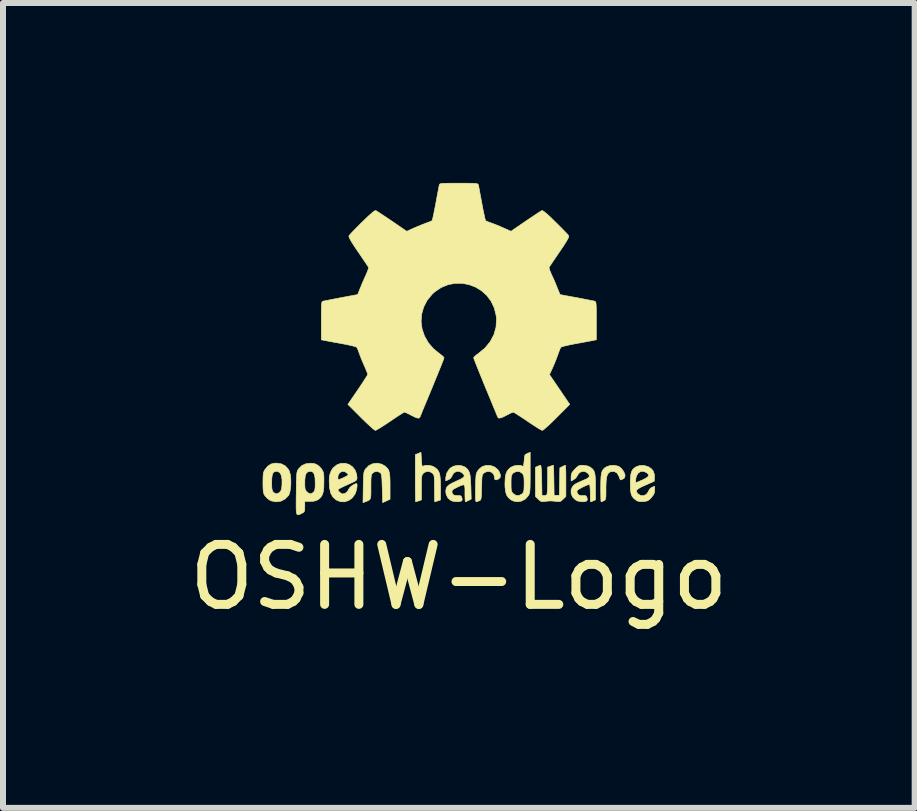
<source format=kicad_pcb>
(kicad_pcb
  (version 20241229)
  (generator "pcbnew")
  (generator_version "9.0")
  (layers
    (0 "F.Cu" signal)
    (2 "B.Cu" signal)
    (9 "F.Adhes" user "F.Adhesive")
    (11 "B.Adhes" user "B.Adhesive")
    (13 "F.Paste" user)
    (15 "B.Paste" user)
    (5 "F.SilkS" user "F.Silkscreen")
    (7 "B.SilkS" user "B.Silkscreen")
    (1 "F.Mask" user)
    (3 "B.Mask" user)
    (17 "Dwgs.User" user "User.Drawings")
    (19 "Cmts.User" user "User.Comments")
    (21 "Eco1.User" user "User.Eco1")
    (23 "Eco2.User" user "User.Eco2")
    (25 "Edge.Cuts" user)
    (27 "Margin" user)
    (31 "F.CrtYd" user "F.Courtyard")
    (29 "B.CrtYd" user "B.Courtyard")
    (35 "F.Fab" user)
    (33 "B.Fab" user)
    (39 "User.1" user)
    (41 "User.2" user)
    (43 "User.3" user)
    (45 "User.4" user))
  (footprint "OSHW-Logo"
    (layer "F.Cu")
    (at 4.601 2.763)
    (property "Reference" "OSHW-Logo" (at 0 3.81 0) (layer "F.SilkS") (effects (font (size 1 1) (thickness 0.15))))
    (attr exclude_from_pos_files exclude_from_bom)
    (fp_poly (pts (xy 2.653 1.959) (xy 2.67 1.966) (xy 2.711 1.999) (xy 2.747 2.047) (xy 2.769 2.097) (xy 2.772 2.122) (xy 2.76 2.157) (xy 2.734 2.175) (xy 2.706 2.187) (xy 2.693 2.189) (xy 2.687 2.174) (xy 2.674 2.141) (xy 2.669 2.127) (xy 2.639 2.076) (xy 2.595 2.05) (xy 2.538 2.051) (xy 2.534 2.052) (xy 2.504 2.067) (xy 2.481 2.094) (xy 2.466 2.139) (xy 2.457 2.205) (xy 2.453 2.294) (xy 2.453 2.341) (xy 2.453 2.416) (xy 2.452 2.467) (xy 2.448 2.499) (xy 2.442 2.518) (xy 2.432 2.529) (xy 2.417 2.537) (xy 2.416 2.538) (xy 2.387 2.55) (xy 2.372 2.555) (xy 2.37 2.541) (xy 2.368 2.503) (xy 2.367 2.446) (xy 2.366 2.374) (xy 2.366 2.322) (xy 2.367 2.22) (xy 2.37 2.143) (xy 2.377 2.086) (xy 2.389 2.045) (xy 2.407 2.014) (xy 2.432 1.99) (xy 2.457 1.973) (xy 2.517 1.951) (xy 2.587 1.946) (xy 2.653 1.959)) (stroke (width 0.01) (type solid)) (fill yes) (layer "F.SilkS"))
    (fp_poly (pts (xy -1.284 1.928) (xy -1.237 1.955) (xy -1.205 1.981) (xy -1.181 2.009) (xy -1.165 2.044) (xy -1.155 2.089) (xy -1.149 2.151) (xy -1.147 2.234) (xy -1.147 2.293) (xy -1.147 2.512) (xy -1.208 2.54) (xy -1.27 2.568) (xy -1.277 2.328) (xy -1.28 2.238) (xy -1.283 2.173) (xy -1.287 2.128) (xy -1.293 2.099) (xy -1.3 2.081) (xy -1.31 2.07) (xy -1.313 2.067) (xy -1.36 2.048) (xy -1.408 2.056) (xy -1.437 2.076) (xy -1.449 2.09) (xy -1.457 2.108) (xy -1.462 2.136) (xy -1.465 2.179) (xy -1.466 2.242) (xy -1.466 2.307) (xy -1.466 2.389) (xy -1.467 2.447) (xy -1.472 2.486) (xy -1.482 2.512) (xy -1.499 2.528) (xy -1.525 2.541) (xy -1.56 2.554) (xy -1.598 2.569) (xy -1.594 2.311) (xy -1.592 2.219) (xy -1.59 2.15) (xy -1.587 2.101) (xy -1.582 2.066) (xy -1.575 2.042) (xy -1.566 2.022) (xy -1.554 2.005) (xy -1.499 1.95) (xy -1.431 1.918) (xy -1.357 1.91) (xy -1.284 1.928)) (stroke (width 0.01) (type solid)) (fill yes) (layer "F.SilkS"))
    (fp_poly (pts (xy 0.53 1.95) (xy 0.596 1.974) (xy 0.649 2.017) (xy 0.67 2.047) (xy 0.693 2.103) (xy 0.692 2.143) (xy 0.669 2.17) (xy 0.66 2.175) (xy 0.622 2.189) (xy 0.602 2.185) (xy 0.595 2.161) (xy 0.595 2.148) (xy 0.583 2.099) (xy 0.551 2.065) (xy 0.508 2.048) (xy 0.459 2.053) (xy 0.419 2.074) (xy 0.405 2.087) (xy 0.396 2.101) (xy 0.389 2.124) (xy 0.385 2.159) (xy 0.383 2.212) (xy 0.381 2.288) (xy 0.38 2.312) (xy 0.378 2.394) (xy 0.376 2.451) (xy 0.372 2.49) (xy 0.367 2.513) (xy 0.359 2.526) (xy 0.347 2.535) (xy 0.339 2.538) (xy 0.307 2.55) (xy 0.288 2.555) (xy 0.282 2.541) (xy 0.278 2.5) (xy 0.277 2.431) (xy 0.278 2.334) (xy 0.278 2.319) (xy 0.28 2.23) (xy 0.283 2.165) (xy 0.286 2.119) (xy 0.292 2.087) (xy 0.3 2.064) (xy 0.311 2.044) (xy 0.317 2.035) (xy 0.35 1.998) (xy 0.388 1.969) (xy 0.392 1.966) (xy 0.459 1.946) (xy 0.53 1.95)) (stroke (width 0.01) (type solid)) (fill yes) (layer "F.SilkS"))
    (fp_poly (pts (xy -0.624 1.851) (xy -0.62 1.911) (xy -0.615 1.946) (xy -0.608 1.961) (xy -0.598 1.961) (xy -0.595 1.959) (xy -0.552 1.946) (xy -0.497 1.947) (xy -0.44 1.96) (xy -0.405 1.978) (xy -0.369 2.006) (xy -0.342 2.038) (xy -0.324 2.078) (xy -0.313 2.132) (xy -0.307 2.204) (xy -0.305 2.299) (xy -0.305 2.317) (xy -0.305 2.523) (xy -0.351 2.539) (xy -0.383 2.549) (xy -0.401 2.554) (xy -0.401 2.555) (xy -0.403 2.541) (xy -0.405 2.503) (xy -0.406 2.446) (xy -0.406 2.375) (xy -0.406 2.332) (xy -0.407 2.247) (xy -0.408 2.186) (xy -0.41 2.144) (xy -0.415 2.117) (xy -0.422 2.098) (xy -0.433 2.085) (xy -0.44 2.078) (xy -0.487 2.051) (xy -0.538 2.049) (xy -0.584 2.072) (xy -0.593 2.08) (xy -0.605 2.095) (xy -0.614 2.114) (xy -0.619 2.14) (xy -0.622 2.18) (xy -0.624 2.238) (xy -0.624 2.318) (xy -0.624 2.523) (xy -0.67 2.539) (xy -0.702 2.549) (xy -0.72 2.554) (xy -0.721 2.555) (xy -0.722 2.541) (xy -0.723 2.501) (xy -0.724 2.441) (xy -0.725 2.362) (xy -0.726 2.269) (xy -0.726 2.167) (xy -0.726 1.769) (xy -0.679 1.749) (xy -0.631 1.73) (xy -0.624 1.851)) (stroke (width 0.01) (type solid)) (fill yes) (layer "F.SilkS"))
    (fp_poly (pts (xy 1.78 1.959) (xy 1.782 1.997) (xy 1.784 2.055) (xy 1.785 2.128) (xy 1.785 2.205) (xy 1.785 2.465) (xy 1.739 2.511) (xy 1.708 2.539) (xy 1.68 2.551) (xy 1.642 2.55) (xy 1.627 2.548) (xy 1.58 2.543) (xy 1.541 2.54) (xy 1.531 2.54) (xy 1.499 2.541) (xy 1.453 2.546) (xy 1.436 2.548) (xy 1.392 2.552) (xy 1.363 2.544) (xy 1.334 2.521) (xy 1.323 2.511) (xy 1.277 2.465) (xy 1.277 1.979) (xy 1.314 1.962) (xy 1.346 1.949) (xy 1.365 1.945) (xy 1.369 1.959) (xy 1.374 1.997) (xy 1.378 2.056) (xy 1.381 2.132) (xy 1.382 2.195) (xy 1.386 2.446) (xy 1.421 2.451) (xy 1.452 2.447) (xy 1.468 2.436) (xy 1.472 2.415) (xy 1.476 2.371) (xy 1.478 2.309) (xy 1.48 2.235) (xy 1.48 2.197) (xy 1.48 1.977) (xy 1.526 1.961) (xy 1.559 1.95) (xy 1.576 1.945) (xy 1.577 1.945) (xy 1.578 1.959) (xy 1.58 1.997) (xy 1.582 2.054) (xy 1.584 2.127) (xy 1.585 2.195) (xy 1.589 2.446) (xy 1.676 2.446) (xy 1.68 2.217) (xy 1.684 1.989) (xy 1.727 1.967) (xy 1.758 1.952) (xy 1.777 1.945) (xy 1.777 1.945) (xy 1.78 1.959)) (stroke (width 0.01) (type solid)) (fill yes) (layer "F.SilkS"))
    (fp_poly (pts (xy -2.959 1.922) (xy -2.891 1.958) (xy -2.841 2.015) (xy -2.823 2.052) (xy -2.809 2.108) (xy -2.802 2.178) (xy -2.801 2.255) (xy -2.807 2.33) (xy -2.818 2.394) (xy -2.834 2.441) (xy -2.839 2.449) (xy -2.9 2.509) (xy -2.971 2.545) (xy -3.049 2.555) (xy -3.127 2.539) (xy -3.149 2.529) (xy -3.192 2.499) (xy -3.229 2.459) (xy -3.233 2.454) (xy -3.247 2.43) (xy -3.257 2.404) (xy -3.262 2.37) (xy -3.265 2.321) (xy -3.266 2.251) (xy -3.266 2.235) (xy -3.266 2.23) (xy -3.121 2.23) (xy -3.12 2.296) (xy -3.116 2.34) (xy -3.109 2.369) (xy -3.098 2.388) (xy -3.092 2.395) (xy -3.057 2.42) (xy -3.023 2.419) (xy -2.989 2.397) (xy -2.969 2.374) (xy -2.957 2.34) (xy -2.95 2.288) (xy -2.949 2.281) (xy -2.948 2.186) (xy -2.96 2.114) (xy -2.985 2.068) (xy -3.023 2.048) (xy -3.037 2.047) (xy -3.073 2.052) (xy -3.097 2.072) (xy -3.112 2.109) (xy -3.119 2.168) (xy -3.121 2.23) (xy -3.266 2.23) (xy -3.265 2.16) (xy -3.263 2.108) (xy -3.258 2.072) (xy -3.249 2.045) (xy -3.236 2.022) (xy -3.233 2.017) (xy -3.184 1.958) (xy -3.13 1.924) (xy -3.064 1.91) (xy -3.042 1.91) (xy -2.959 1.922)) (stroke (width 0.01) (type solid)) (fill yes) (layer "F.SilkS"))
    (fp_poly (pts (xy 3.154 1.967) (xy 3.211 2.004) (xy 3.239 2.038) (xy 3.261 2.099) (xy 3.262 2.147) (xy 3.258 2.212) (xy 3.11 2.277) (xy 3.037 2.31) (xy 2.99 2.337) (xy 2.966 2.36) (xy 2.961 2.383) (xy 2.975 2.407) (xy 2.99 2.424) (xy 3.034 2.45) (xy 3.081 2.452) (xy 3.125 2.432) (xy 3.157 2.391) (xy 3.163 2.376) (xy 3.191 2.331) (xy 3.222 2.312) (xy 3.266 2.296) (xy 3.266 2.358) (xy 3.262 2.4) (xy 3.247 2.436) (xy 3.215 2.477) (xy 3.211 2.482) (xy 3.176 2.519) (xy 3.145 2.538) (xy 3.108 2.547) (xy 3.076 2.55) (xy 3.02 2.551) (xy 2.981 2.542) (xy 2.956 2.528) (xy 2.917 2.497) (xy 2.89 2.465) (xy 2.873 2.423) (xy 2.863 2.368) (xy 2.86 2.291) (xy 2.859 2.253) (xy 2.86 2.206) (xy 2.948 2.206) (xy 2.949 2.231) (xy 2.952 2.235) (xy 2.968 2.23) (xy 3.004 2.215) (xy 3.052 2.194) (xy 3.062 2.19) (xy 3.123 2.159) (xy 3.157 2.132) (xy 3.164 2.106) (xy 3.146 2.08) (xy 3.132 2.069) (xy 3.079 2.046) (xy 3.03 2.05) (xy 2.989 2.078) (xy 2.961 2.127) (xy 2.952 2.166) (xy 2.948 2.206) (xy 2.86 2.206) (xy 2.861 2.162) (xy 2.868 2.095) (xy 2.882 2.047) (xy 2.904 2.011) (xy 2.937 1.983) (xy 2.951 1.973) (xy 3.015 1.95) (xy 3.085 1.948) (xy 3.154 1.967)) (stroke (width 0.01) (type solid)) (fill yes) (layer "F.SilkS"))
    (fp_poly (pts (xy 1.19 2.065) (xy 1.19 2.174) (xy 1.189 2.257) (xy 1.188 2.32) (xy 1.185 2.365) (xy 1.181 2.397) (xy 1.175 2.421) (xy 1.167 2.439) (xy 1.161 2.449) (xy 1.112 2.506) (xy 1.049 2.541) (xy 0.98 2.554) (xy 0.911 2.542) (xy 0.869 2.522) (xy 0.826 2.485) (xy 0.796 2.441) (xy 0.779 2.383) (xy 0.77 2.306) (xy 0.769 2.25) (xy 0.769 2.246) (xy 0.871 2.246) (xy 0.871 2.311) (xy 0.874 2.354) (xy 0.881 2.382) (xy 0.893 2.402) (xy 0.906 2.417) (xy 0.953 2.447) (xy 1.004 2.449) (xy 1.051 2.425) (xy 1.055 2.421) (xy 1.071 2.404) (xy 1.081 2.383) (xy 1.086 2.352) (xy 1.088 2.305) (xy 1.089 2.252) (xy 1.088 2.185) (xy 1.085 2.141) (xy 1.078 2.112) (xy 1.066 2.091) (xy 1.057 2.08) (xy 1.013 2.052) (xy 0.962 2.049) (xy 0.914 2.07) (xy 0.904 2.078) (xy 0.889 2.096) (xy 0.879 2.117) (xy 0.873 2.148) (xy 0.871 2.196) (xy 0.871 2.246) (xy 0.769 2.246) (xy 0.773 2.159) (xy 0.785 2.09) (xy 0.807 2.039) (xy 0.842 1.998) (xy 0.869 1.978) (xy 0.919 1.956) (xy 0.976 1.945) (xy 1.03 1.948) (xy 1.06 1.959) (xy 1.071 1.962) (xy 1.079 1.951) (xy 1.084 1.919) (xy 1.089 1.871) (xy 1.093 1.817) (xy 1.099 1.784) (xy 1.111 1.766) (xy 1.131 1.754) (xy 1.143 1.748) (xy 1.19 1.729) (xy 1.19 2.065)) (stroke (width 0.01) (type solid)) (fill yes) (layer "F.SilkS"))
    (fp_poly (pts (xy -1.832 1.931) (xy -1.774 1.97) (xy -1.73 2.025) (xy -1.704 2.096) (xy -1.698 2.148) (xy -1.699 2.17) (xy -1.704 2.187) (xy -1.718 2.201) (xy -1.745 2.218) (xy -1.79 2.239) (xy -1.857 2.269) (xy -1.858 2.27) (xy -1.92 2.298) (xy -1.97 2.323) (xy -2.005 2.342) (xy -2.017 2.353) (xy -2.017 2.353) (xy -2.006 2.376) (xy -1.98 2.402) (xy -1.949 2.42) (xy -1.934 2.424) (xy -1.891 2.411) (xy -1.855 2.379) (xy -1.837 2.345) (xy -1.82 2.319) (xy -1.787 2.29) (xy -1.748 2.264) (xy -1.713 2.25) (xy -1.706 2.25) (xy -1.698 2.262) (xy -1.697 2.294) (xy -1.703 2.337) (xy -1.715 2.383) (xy -1.73 2.423) (xy -1.731 2.424) (xy -1.777 2.489) (xy -1.837 2.533) (xy -1.906 2.555) (xy -1.976 2.552) (xy -2.044 2.524) (xy -2.047 2.522) (xy -2.101 2.473) (xy -2.136 2.41) (xy -2.155 2.327) (xy -2.158 2.304) (xy -2.162 2.194) (xy -2.157 2.143) (xy -2.017 2.143) (xy -2.016 2.175) (xy -2.006 2.184) (xy -1.981 2.177) (xy -1.942 2.161) (xy -1.899 2.14) (xy -1.898 2.139) (xy -1.861 2.12) (xy -1.846 2.107) (xy -1.85 2.093) (xy -1.865 2.076) (xy -1.904 2.05) (xy -1.946 2.048) (xy -1.984 2.067) (xy -2.01 2.103) (xy -2.017 2.143) (xy -2.157 2.143) (xy -2.153 2.106) (xy -2.128 2.036) (xy -2.095 1.987) (xy -2.033 1.938) (xy -1.966 1.913) (xy -1.897 1.912) (xy -1.832 1.931)) (stroke (width 0.01) (type solid)) (fill yes) (layer "F.SilkS"))
    (fp_poly (pts (xy 0.04 1.951) (xy 0.097 1.972) (xy 0.097 1.972) (xy 0.132 1.998) (xy 0.158 2.029) (xy 0.177 2.068) (xy 0.189 2.121) (xy 0.196 2.194) (xy 0.2 2.289) (xy 0.201 2.303) (xy 0.206 2.509) (xy 0.162 2.532) (xy 0.13 2.547) (xy 0.11 2.554) (xy 0.11 2.555) (xy 0.106 2.541) (xy 0.104 2.505) (xy 0.102 2.451) (xy 0.102 2.408) (xy 0.102 2.339) (xy 0.098 2.295) (xy 0.087 2.274) (xy 0.064 2.273) (xy 0.022 2.289) (xy -0.04 2.318) (xy -0.086 2.342) (xy -0.109 2.363) (xy -0.116 2.386) (xy -0.116 2.387) (xy -0.105 2.426) (xy -0.071 2.447) (xy -0.019 2.451) (xy 0.018 2.45) (xy 0.038 2.461) (xy 0.05 2.487) (xy 0.057 2.519) (xy 0.047 2.538) (xy 0.043 2.541) (xy 0.007 2.551) (xy -0.043 2.553) (xy -0.095 2.546) (xy -0.132 2.533) (xy -0.183 2.49) (xy -0.212 2.429) (xy -0.218 2.382) (xy -0.213 2.34) (xy -0.198 2.305) (xy -0.166 2.275) (xy -0.115 2.244) (xy -0.041 2.209) (xy -0.036 2.207) (xy 0.031 2.176) (xy 0.072 2.151) (xy 0.09 2.128) (xy 0.086 2.105) (xy 0.063 2.078) (xy 0.056 2.072) (xy 0.009 2.048) (xy -0.04 2.049) (xy -0.082 2.072) (xy -0.111 2.116) (xy -0.113 2.124) (xy -0.139 2.165) (xy -0.171 2.185) (xy -0.218 2.205) (xy -0.218 2.154) (xy -0.204 2.08) (xy -0.161 2.012) (xy -0.139 1.99) (xy -0.089 1.961) (xy -0.026 1.947) (xy 0.04 1.951)) (stroke (width 0.01) (type solid)) (fill yes) (layer "F.SilkS"))
    (fp_poly (pts (xy -2.4 1.92) (xy -2.345 1.948) (xy -2.296 1.998) (xy -2.282 2.017) (xy -2.268 2.042) (xy -2.258 2.069) (xy -2.253 2.105) (xy -2.25 2.156) (xy -2.25 2.224) (xy -2.252 2.318) (xy -2.261 2.388) (xy -2.277 2.44) (xy -2.303 2.48) (xy -2.34 2.513) (xy -2.342 2.515) (xy -2.379 2.535) (xy -2.422 2.545) (xy -2.478 2.547) (xy -2.569 2.547) (xy -2.569 2.635) (xy -2.57 2.684) (xy -2.575 2.713) (xy -2.588 2.73) (xy -2.614 2.745) (xy -2.62 2.748) (xy -2.649 2.762) (xy -2.672 2.77) (xy -2.688 2.771) (xy -2.7 2.761) (xy -2.707 2.737) (xy -2.712 2.696) (xy -2.713 2.636) (xy -2.713 2.553) (xy -2.712 2.445) (xy -2.711 2.413) (xy -2.71 2.302) (xy -2.709 2.229) (xy -2.569 2.229) (xy -2.568 2.29) (xy -2.565 2.331) (xy -2.557 2.358) (xy -2.543 2.378) (xy -2.533 2.388) (xy -2.495 2.418) (xy -2.46 2.42) (xy -2.425 2.396) (xy -2.424 2.395) (xy -2.409 2.376) (xy -2.401 2.351) (xy -2.396 2.312) (xy -2.395 2.252) (xy -2.395 2.238) (xy -2.398 2.156) (xy -2.409 2.099) (xy -2.429 2.064) (xy -2.458 2.048) (xy -2.476 2.047) (xy -2.516 2.054) (xy -2.544 2.078) (xy -2.561 2.123) (xy -2.568 2.191) (xy -2.569 2.229) (xy -2.709 2.229) (xy -2.708 2.215) (xy -2.706 2.15) (xy -2.704 2.103) (xy -2.7 2.069) (xy -2.694 2.045) (xy -2.687 2.028) (xy -2.677 2.012) (xy -2.673 2.006) (xy -2.619 1.951) (xy -2.55 1.92) (xy -2.47 1.911) (xy -2.4 1.92)) (stroke (width 0.01) (type solid)) (fill yes) (layer "F.SilkS"))
    (fp_poly (pts (xy 2.145 1.956) (xy 2.187 1.975) (xy 2.219 1.998) (xy 2.244 2.024) (xy 2.26 2.057) (xy 2.271 2.103) (xy 2.276 2.165) (xy 2.279 2.249) (xy 2.279 2.305) (xy 2.279 2.521) (xy 2.242 2.538) (xy 2.213 2.55) (xy 2.198 2.555) (xy 2.195 2.541) (xy 2.193 2.505) (xy 2.192 2.452) (xy 2.192 2.409) (xy 2.19 2.348) (xy 2.187 2.3) (xy 2.182 2.271) (xy 2.178 2.264) (xy 2.153 2.271) (xy 2.112 2.287) (xy 2.066 2.309) (xy 2.021 2.333) (xy 1.986 2.355) (xy 1.97 2.37) (xy 1.97 2.37) (xy 1.971 2.397) (xy 1.984 2.423) (xy 2.006 2.444) (xy 2.038 2.451) (xy 2.065 2.451) (xy 2.104 2.45) (xy 2.124 2.459) (xy 2.136 2.483) (xy 2.138 2.488) (xy 2.143 2.522) (xy 2.129 2.543) (xy 2.092 2.552) (xy 2.052 2.554) (xy 1.981 2.541) (xy 1.943 2.521) (xy 1.898 2.476) (xy 1.873 2.42) (xy 1.871 2.361) (xy 1.892 2.306) (xy 1.923 2.271) (xy 1.953 2.252) (xy 2.002 2.228) (xy 2.058 2.203) (xy 2.068 2.199) (xy 2.13 2.172) (xy 2.166 2.148) (xy 2.177 2.124) (xy 2.167 2.097) (xy 2.148 2.076) (xy 2.104 2.05) (xy 2.056 2.048) (xy 2.012 2.068) (xy 1.981 2.108) (xy 1.977 2.118) (xy 1.952 2.156) (xy 1.917 2.184) (xy 1.872 2.207) (xy 1.872 2.141) (xy 1.875 2.102) (xy 1.886 2.07) (xy 1.911 2.036) (xy 1.935 2.01) (xy 1.972 1.974) (xy 2.001 1.954) (xy 2.033 1.946) (xy 2.068 1.945) (xy 2.145 1.956)) (stroke (width 0.01) (type solid)) (fill yes) (layer "F.SilkS"))
    (fp_poly (pts (xy 0.104 -2.758) (xy 0.182 -2.757) (xy 0.239 -2.756) (xy 0.278 -2.754) (xy 0.303 -2.75) (xy 0.316 -2.744) (xy 0.323 -2.737) (xy 0.326 -2.726) (xy 0.327 -2.725) (xy 0.332 -2.701) (xy 0.341 -2.653) (xy 0.353 -2.587) (xy 0.368 -2.508) (xy 0.385 -2.42) (xy 0.385 -2.417) (xy 0.401 -2.331) (xy 0.417 -2.255) (xy 0.43 -2.194) (xy 0.44 -2.152) (xy 0.446 -2.133) (xy 0.447 -2.133) (xy 0.465 -2.124) (xy 0.502 -2.109) (xy 0.551 -2.091) (xy 0.552 -2.091) (xy 0.613 -2.068) (xy 0.686 -2.038) (xy 0.754 -2.008) (xy 0.757 -2.007) (xy 0.869 -1.956) (xy 1.115 -2.125) (xy 1.191 -2.176) (xy 1.26 -2.222) (xy 1.317 -2.26) (xy 1.359 -2.287) (xy 1.383 -2.301) (xy 1.385 -2.302) (xy 1.402 -2.298) (xy 1.434 -2.275) (xy 1.481 -2.235) (xy 1.546 -2.174) (xy 1.612 -2.11) (xy 1.676 -2.046) (xy 1.733 -1.989) (xy 1.78 -1.94) (xy 1.814 -1.904) (xy 1.83 -1.884) (xy 1.831 -1.883) (xy 1.833 -1.869) (xy 1.826 -1.847) (xy 1.809 -1.814) (xy 1.779 -1.765) (xy 1.737 -1.699) (xy 1.679 -1.614) (xy 1.629 -1.54) (xy 1.583 -1.473) (xy 1.546 -1.417) (xy 1.519 -1.378) (xy 1.506 -1.357) (xy 1.505 -1.356) (xy 1.507 -1.336) (xy 1.519 -1.298) (xy 1.54 -1.248) (xy 1.547 -1.232) (xy 1.58 -1.162) (xy 1.614 -1.082) (xy 1.642 -1.012) (xy 1.663 -0.961) (xy 1.679 -0.922) (xy 1.688 -0.901) (xy 1.689 -0.9) (xy 1.706 -0.897) (xy 1.746 -0.89) (xy 1.804 -0.879) (xy 1.875 -0.866) (xy 1.952 -0.852) (xy 2.032 -0.837) (xy 2.107 -0.822) (xy 2.174 -0.809) (xy 2.227 -0.799) (xy 2.26 -0.792) (xy 2.268 -0.79) (xy 2.276 -0.785) (xy 2.283 -0.774) (xy 2.287 -0.754) (xy 2.29 -0.72) (xy 2.292 -0.67) (xy 2.293 -0.599) (xy 2.293 -0.504) (xy 2.293 -0.465) (xy 2.293 -0.147) (xy 2.217 -0.132) (xy 2.175 -0.124) (xy 2.111 -0.112) (xy 2.035 -0.098) (xy 1.953 -0.083) (xy 1.93 -0.079) (xy 1.855 -0.064) (xy 1.789 -0.049) (xy 1.738 -0.037) (xy 1.709 -0.027) (xy 1.704 -0.024) (xy 1.691 -0.003) (xy 1.674 0.038) (xy 1.655 0.09) (xy 1.651 0.102) (xy 1.625 0.172) (xy 1.594 0.25) (xy 1.563 0.321) (xy 1.563 0.322) (xy 1.511 0.433) (xy 1.68 0.681) (xy 1.849 0.93) (xy 1.632 1.147) (xy 1.567 1.212) (xy 1.507 1.269) (xy 1.456 1.315) (xy 1.418 1.348) (xy 1.396 1.363) (xy 1.392 1.364) (xy 1.374 1.356) (xy 1.335 1.335) (xy 1.281 1.301) (xy 1.216 1.259) (xy 1.146 1.212) (xy 1.075 1.164) (xy 1.011 1.122) (xy 0.959 1.089) (xy 0.923 1.067) (xy 0.907 1.06) (xy 0.887 1.066) (xy 0.85 1.083) (xy 0.803 1.107) (xy 0.798 1.11) (xy 0.734 1.142) (xy 0.69 1.158) (xy 0.663 1.158) (xy 0.649 1.143) (xy 0.649 1.143) (xy 0.642 1.126) (xy 0.625 1.085) (xy 0.6 1.024) (xy 0.567 0.945) (xy 0.529 0.852) (xy 0.486 0.748) (xy 0.444 0.648) (xy 0.399 0.537) (xy 0.357 0.434) (xy 0.32 0.342) (xy 0.289 0.265) (xy 0.266 0.206) (xy 0.251 0.167) (xy 0.247 0.153) (xy 0.258 0.136) (xy 0.287 0.11) (xy 0.326 0.081) (xy 0.437 -0.011) (xy 0.523 -0.116) (xy 0.585 -0.233) (xy 0.62 -0.358) (xy 0.628 -0.49) (xy 0.622 -0.552) (xy 0.591 -0.678) (xy 0.538 -0.79) (xy 0.466 -0.886) (xy 0.378 -0.965) (xy 0.278 -1.026) (xy 0.168 -1.067) (xy 0.053 -1.089) (xy -0.065 -1.088) (xy -0.181 -1.066) (xy -0.294 -1.019) (xy -0.4 -0.948) (xy -0.444 -0.908) (xy -0.528 -0.805) (xy -0.587 -0.692) (xy -0.62 -0.573) (xy -0.629 -0.451) (xy -0.613 -0.329) (xy -0.573 -0.211) (xy -0.51 -0.1) (xy -0.423 0.002) (xy -0.326 0.081) (xy -0.286 0.111) (xy -0.257 0.137) (xy -0.247 0.153) (xy -0.252 0.17) (xy -0.267 0.21) (xy -0.291 0.272) (xy -0.323 0.35) (xy -0.36 0.443) (xy -0.403 0.546) (xy -0.444 0.648) (xy -0.49 0.759) (xy -0.533 0.862) (xy -0.571 0.953) (xy -0.603 1.03) (xy -0.627 1.09) (xy -0.643 1.129) (xy -0.649 1.143) (xy -0.663 1.158) (xy -0.69 1.158) (xy -0.734 1.142) (xy -0.797 1.11) (xy -0.798 1.11) (xy -0.845 1.085) (xy -0.884 1.067) (xy -0.906 1.06) (xy -0.907 1.06) (xy -0.923 1.067) (xy -0.96 1.089) (xy -1.012 1.122) (xy -1.075 1.164) (xy -1.146 1.212) (xy -1.218 1.26) (xy -1.283 1.302) (xy -1.336 1.335) (xy -1.374 1.357) (xy -1.392 1.364) (xy -1.409 1.354) (xy -1.443 1.327) (xy -1.49 1.284) (xy -1.547 1.231) (xy -1.612 1.168) (xy -1.633 1.147) (xy -1.85 0.93) (xy -1.684 0.687) (xy -1.634 0.613) (xy -1.59 0.546) (xy -1.555 0.491) (xy -1.53 0.451) (xy -1.519 0.43) (xy -1.519 0.429) (xy -1.525 0.409) (xy -1.54 0.37) (xy -1.562 0.317) (xy -1.578 0.282) (xy -1.607 0.215) (xy -1.635 0.147) (xy -1.656 0.09) (xy -1.662 0.073) (xy -1.679 0.026) (xy -1.695 -0.01) (xy -1.704 -0.024) (xy -1.723 -0.032) (xy -1.766 -0.044) (xy -1.826 -0.058) (xy -1.898 -0.073) (xy -1.93 -0.079) (xy -2.012 -0.094) (xy -2.091 -0.108) (xy -2.159 -0.121) (xy -2.208 -0.13) (xy -2.217 -0.132) (xy -2.293 -0.147) (xy -2.293 -0.465) (xy -2.293 -0.569) (xy -2.292 -0.648) (xy -2.291 -0.705) (xy -2.288 -0.744) (xy -2.284 -0.769) (xy -2.279 -0.782) (xy -2.271 -0.789) (xy -2.268 -0.79) (xy -2.249 -0.794) (xy -2.207 -0.802) (xy -2.148 -0.814) (xy -2.077 -0.828) (xy -1.999 -0.843) (xy -1.92 -0.858) (xy -1.845 -0.872) (xy -1.779 -0.884) (xy -1.727 -0.894) (xy -1.696 -0.899) (xy -1.689 -0.9) (xy -1.683 -0.912) (xy -1.669 -0.946) (xy -1.65 -0.994) (xy -1.642 -1.012) (xy -1.613 -1.085) (xy -1.578 -1.165) (xy -1.547 -1.232) (xy -1.525 -1.284) (xy -1.51 -1.326) (xy -1.504 -1.352) (xy -1.505 -1.356) (xy -1.516 -1.372) (xy -1.54 -1.409) (xy -1.576 -1.461) (xy -1.62 -1.526) (xy -1.67 -1.6) (xy -1.68 -1.614) (xy -1.738 -1.7) (xy -1.78 -1.766) (xy -1.809 -1.814) (xy -1.826 -1.847) (xy -1.833 -1.869) (xy -1.831 -1.883) (xy -1.831 -1.883) (xy -1.816 -1.901) (xy -1.785 -1.935) (xy -1.739 -1.983) (xy -1.683 -2.04) (xy -1.62 -2.103) (xy -1.612 -2.11) (xy -1.533 -2.187) (xy -1.471 -2.244) (xy -1.427 -2.281) (xy -1.398 -2.3) (xy -1.385 -2.302) (xy -1.367 -2.292) (xy -1.328 -2.267) (xy -1.274 -2.231) (xy -1.207 -2.187) (xy -1.133 -2.137) (xy -1.115 -2.125) (xy -0.869 -1.956) (xy -0.757 -2.007) (xy -0.69 -2.036) (xy -0.617 -2.066) (xy -0.554 -2.09) (xy -0.552 -2.091) (xy -0.503 -2.109) (xy -0.465 -2.124) (xy -0.447 -2.133) (xy -0.447 -2.133) (xy -0.441 -2.149) (xy -0.431 -2.19) (xy -0.418 -2.25) (xy -0.403 -2.325) (xy -0.386 -2.41) (xy -0.385 -2.417) (xy -0.369 -2.505) (xy -0.354 -2.585) (xy -0.341 -2.651) (xy -0.332 -2.7) (xy -0.327 -2.725) (xy -0.327 -2.725) (xy -0.323 -2.736) (xy -0.317 -2.744) (xy -0.305 -2.75) (xy -0.281 -2.753) (xy -0.244 -2.756) (xy -0.19 -2.757) (xy -0.114 -2.758) (xy -0.013 -2.758) (xy 0 -2.758) (xy 0.104 -2.758)) (stroke (width 0.01) (type solid)) (fill yes) (layer "F.SilkS")))
  (gr_rect
    (start -3 -3)
    (end 12.202 10.421)
    (stroke (width 0.1) (type default))
    (fill no)
    (layer "Edge.Cuts")))
</source>
